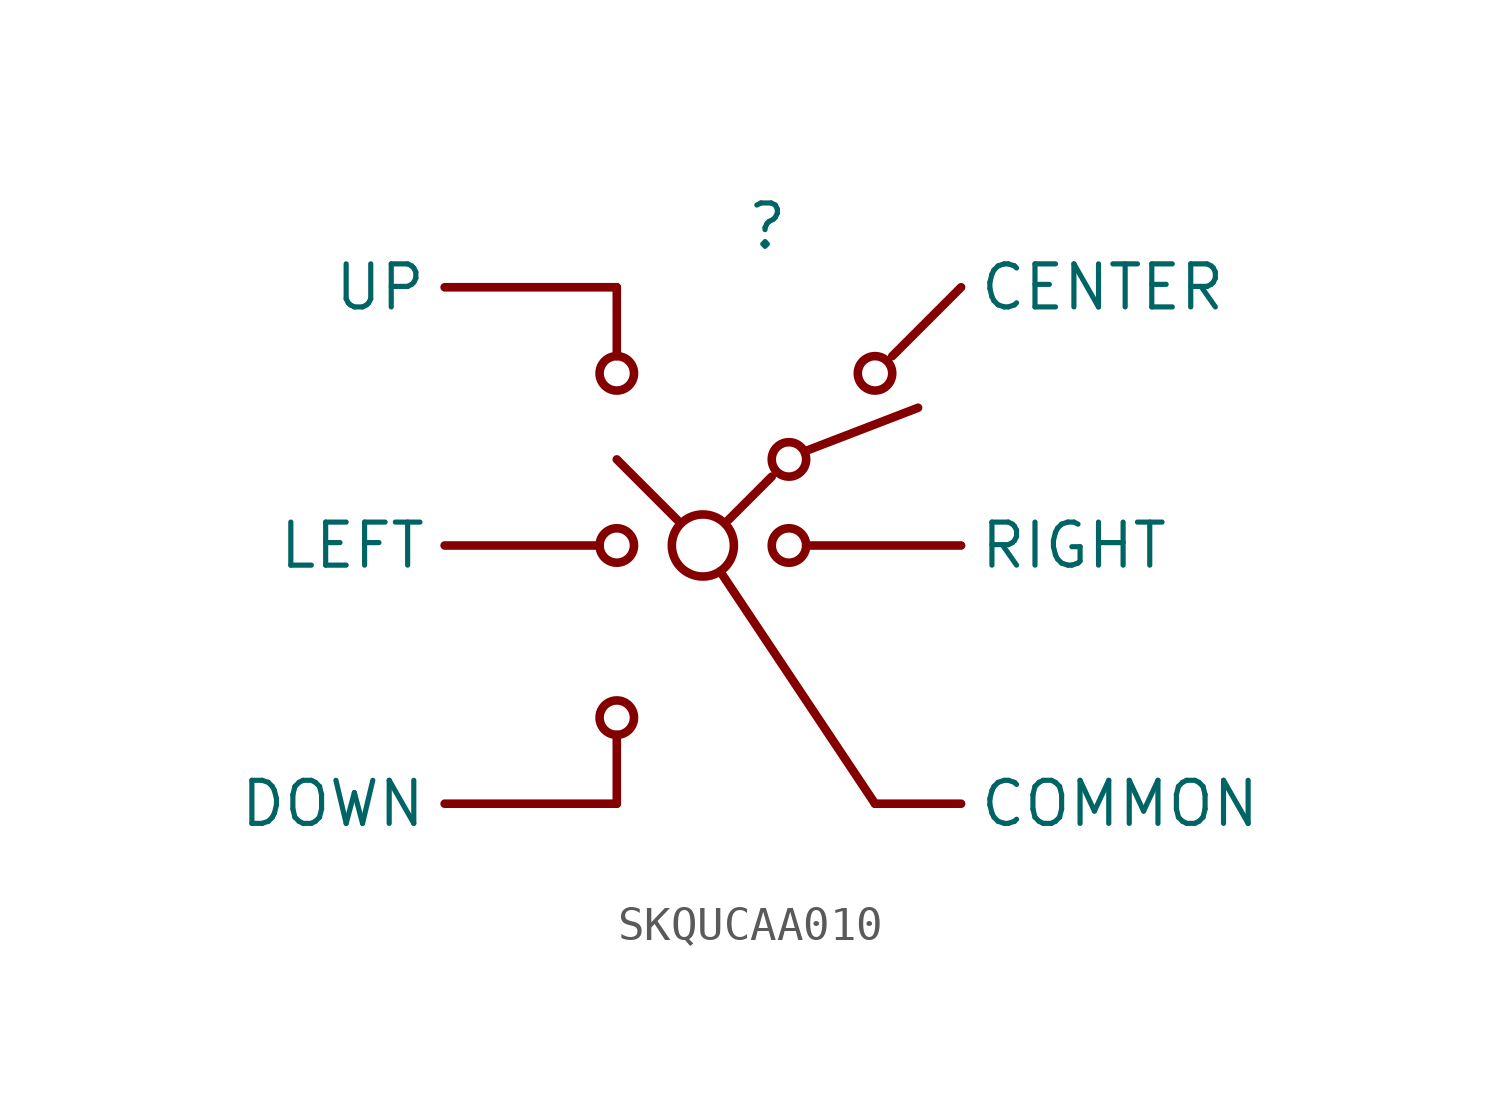
<source format=kicad_sym>
(kicad_symbol_lib
  (version 20200126)
  (host kicad_symbol_editor "5.99.0-unknown-aa7ce74~88~ubuntu18.04.1")
  (symbol "SKQUCAA010"
    (property "Reference" ""
      (at 2.54 10.16 0)
      (effects (font (size 1.27 1.27)) (justify right top)))
    (property "ki_locked" ""
      (at 0 0 0)
      (effects (font (size 1.27 1.27))))
    (symbol "SKQUCAA010_1_0"
      (circle (center -2.54 5.08) (radius 0.508) (stroke (width 0.254)) (fill (type none)))
      (circle (center 0 0) (radius 0.916) (stroke (width 0.254)) (fill (type none)))
      (circle (center -2.54 0) (radius 0.508) (stroke (width 0.254)) (fill (type none)))
      (circle (center -2.54 -5.08) (radius 0.508) (stroke (width 0.254)) (fill (type none)))
      (circle (center 2.54 0) (radius 0.508) (stroke (width 0.254)) (fill (type none)))
      (circle (center 2.54 2.54) (radius 0.508) (stroke (width 0.254)) (fill (type none)))
      (circle (center 5.08 5.08) (radius 0.508) (stroke (width 0.254)) (fill (type none)))
      (polyline (pts (xy -2.54 7.62) (xy -2.54 5.588)) (stroke (width 0.254)) (fill (type none)))
      (polyline (pts (xy -0.762 0.762) (xy -2.54 2.54)) (stroke (width 0.254)) (fill (type none)))
      (polyline (pts (xy -2.54 -5.588) (xy -2.54 -7.62)) (stroke (width 0.254)) (fill (type none)))
      (polyline (pts (xy 0.508 -0.762) (xy 5.08 -7.62)) (stroke (width 0.254)) (fill (type none)))
      (polyline (pts (xy 3.048 2.794) (xy 6.35 4.064)) (stroke (width 0.254)) (fill (type none)))
      (polyline (pts (xy 2.032 2.032) (xy 0.762 0.762)) (stroke (width 0.254)) (fill (type none)))
      (polyline (pts (xy -7.62 7.62) (xy -2.54 7.62)) (stroke (width 0.254)) (fill (type none)))
      (polyline (pts (xy -7.62 0) (xy -3.048 0)) (stroke (width 0.254)) (fill (type none)))
      (polyline (pts (xy -7.62 -7.62) (xy -2.54 -7.62)) (stroke (width 0.254)) (fill (type none)))
      (polyline (pts (xy 7.62 -7.62) (xy 5.08 -7.62)) (stroke (width 0.254)) (fill (type none)))
      (polyline (pts (xy 7.62 0) (xy 3.048 0)) (stroke (width 0.254)) (fill (type none)))
      (polyline (pts (xy 5.588 5.588) (xy 7.62 7.62)) (stroke (width 0.254)) (fill (type none)))
      (pin passive line (at -7.62 7.62 180) (length 0) (name "UP" (effects (font (size 1.27 1.27)))) (number "UP" (effects (font (size 0 0)))))
      (pin passive line (at -7.62 0 180) (length 0) (name "LEFT" (effects (font (size 1.27 1.27)))) (number "LEFT" (effects (font (size 0 0)))))
      (pin passive line (at -7.62 -7.62 180) (length 0) (name "DOWN" (effects (font (size 1.27 1.27)))) (number "DOWN" (effects (font (size 0 0)))))
      (pin passive line (at 7.62 7.62 0) (length 0) (name "CENTER" (effects (font (size 1.27 1.27)))) (number "CENTER" (effects (font (size 0 0)))))
      (pin passive line (at 7.62 0 0) (length 0) (name "RIGHT" (effects (font (size 1.27 1.27)))) (number "RIGHT" (effects (font (size 0 0)))))
      (pin power_in line (at 7.62 -7.62 0) (length 0) (name "COMMON" (effects (font (size 1.27 1.27)))) (number "COMMON" (effects (font (size 0 0))))))))
</source>
